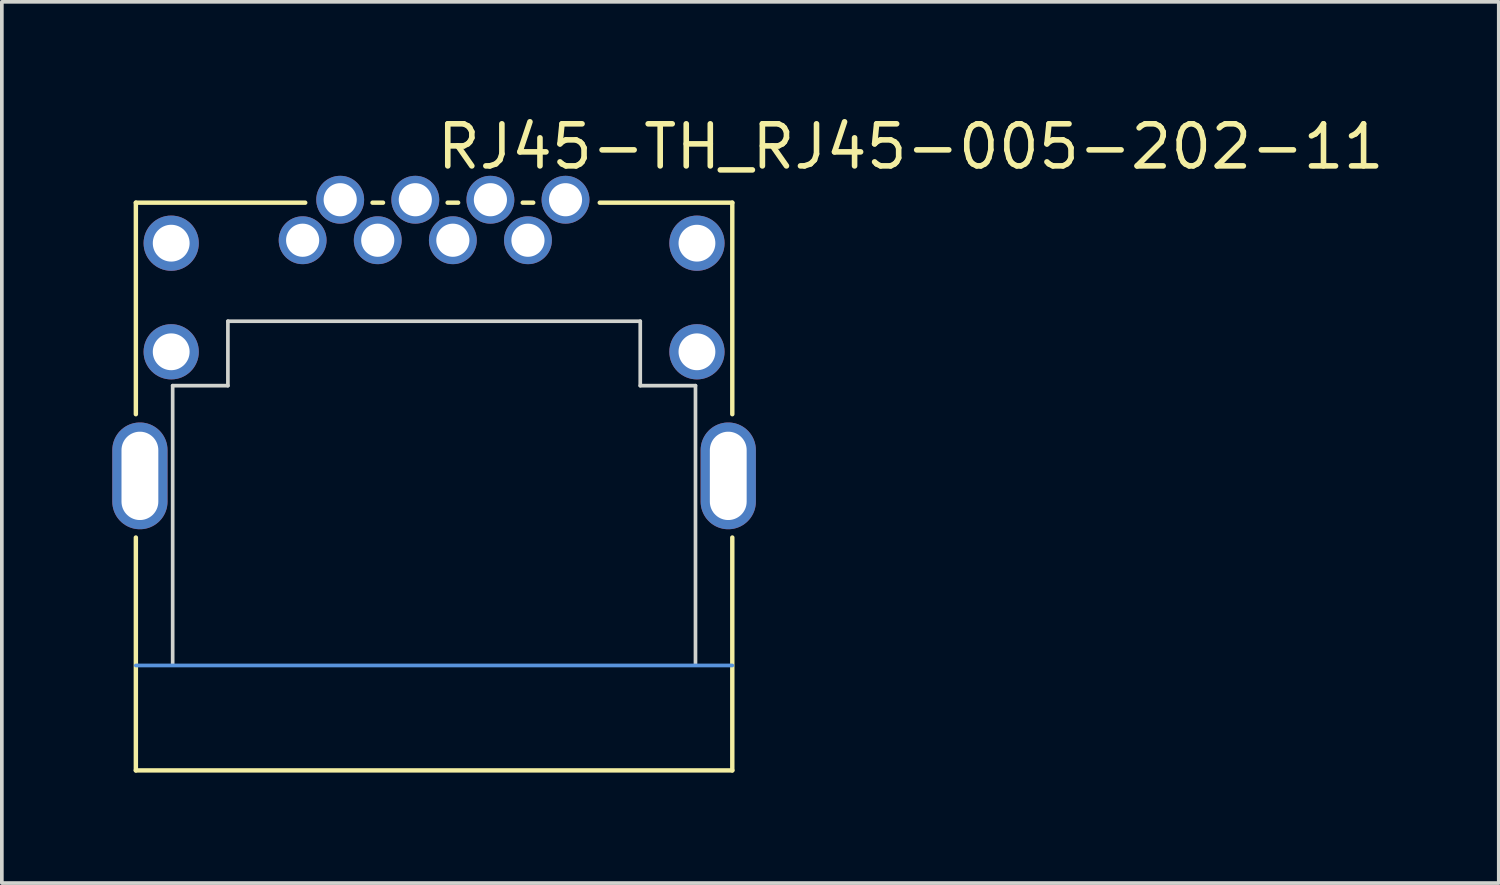
<source format=kicad_pcb>
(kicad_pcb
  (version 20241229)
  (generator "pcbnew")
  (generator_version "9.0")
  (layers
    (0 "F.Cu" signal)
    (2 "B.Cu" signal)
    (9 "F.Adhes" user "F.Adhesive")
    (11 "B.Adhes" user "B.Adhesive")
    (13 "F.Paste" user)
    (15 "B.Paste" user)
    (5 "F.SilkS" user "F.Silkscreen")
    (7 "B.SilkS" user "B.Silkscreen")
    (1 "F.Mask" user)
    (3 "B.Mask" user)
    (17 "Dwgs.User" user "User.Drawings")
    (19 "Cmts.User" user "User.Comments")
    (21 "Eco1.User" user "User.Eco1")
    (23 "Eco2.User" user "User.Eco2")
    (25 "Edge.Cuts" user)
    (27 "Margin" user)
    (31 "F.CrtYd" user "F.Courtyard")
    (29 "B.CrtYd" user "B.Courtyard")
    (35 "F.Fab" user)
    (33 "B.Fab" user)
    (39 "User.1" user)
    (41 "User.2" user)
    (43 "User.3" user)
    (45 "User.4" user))
  (footprint "RJ45-TH_RJ45-005-202-11"
    (layer "F.Cu")
    (at 8.74 6.125)
    (property "Reference" "RJ45-TH_RJ45-005-202-11" (at 0 -5.19 0) (layer "F.SilkS") (effects (font (size 1.143 1.143) (thickness 0.152)) (justify left)))
    (attr through_hole)
    (fp_line (start -8.1 -3.67) (end -3.5 -3.67) (stroke (width 0.12) (type solid)) (layer "F.SilkS"))
    (fp_line (start -8.1 2.075) (end -8.1 -3.67) (stroke (width 0.12) (type solid)) (layer "F.SilkS"))
    (fp_line (start -8.1 11.75) (end -8.1 5.425) (stroke (width 0.12) (type solid)) (layer "F.SilkS"))
    (fp_line (start -8.1 11.75) (end 8.1 11.75) (stroke (width 0.12) (type solid)) (layer "F.SilkS"))
    (fp_line (start -1.672 -3.67) (end -1.387 -3.67) (stroke (width 0.12) (type solid)) (layer "F.SilkS"))
    (fp_line (start 0.368 -3.67) (end 0.653 -3.67) (stroke (width 0.12) (type solid)) (layer "F.SilkS"))
    (fp_line (start 2.408 -3.67) (end 2.693 -3.67) (stroke (width 0.12) (type solid)) (layer "F.SilkS"))
    (fp_line (start 4.5 -3.67) (end 8.1 -3.67) (stroke (width 0.12) (type solid)) (layer "F.SilkS"))
    (fp_line (start 8.1 2.075) (end 8.1 -3.67) (stroke (width 0.12) (type solid)) (layer "F.SilkS"))
    (fp_line (start 8.1 11.75) (end 8.1 5.425) (stroke (width 0.12) (type solid)) (layer "F.SilkS"))
    (fp_line (start -8.1 8.9) (end 8.1 8.9) (stroke (width 0.1) (type default)) (layer "Cmts.User"))
    (fp_line (start -7.1 1.3) (end -7.1 8.85) (stroke (width 0.1) (type solid)) (layer "Edge.Cuts"))
    (fp_line (start -5.6 -0.45) (end -5.6 1.3) (stroke (width 0.1) (type solid)) (layer "Edge.Cuts"))
    (fp_line (start -5.6 -0.45) (end 5.6 -0.45) (stroke (width 0.1) (type solid)) (layer "Edge.Cuts"))
    (fp_line (start -5.6 1.3) (end -7.1 1.3) (stroke (width 0.1) (type solid)) (layer "Edge.Cuts"))
    (fp_line (start 5.6 -0.45) (end 5.6 1.3) (stroke (width 0.1) (type solid)) (layer "Edge.Cuts"))
    (fp_line (start 5.6 1.3) (end 7.1 1.3) (stroke (width 0.1) (type solid)) (layer "Edge.Cuts"))
    (fp_line (start 7.1 1.3) (end 7.1 8.85) (stroke (width 0.1) (type solid)) (layer "Edge.Cuts"))
    (pad "1" thru_hole circle (at 3.57 -3.75) (size 1.3 1.3) (drill 0.9) (layers "*.Cu" "*.Paste" "*.Mask"))
    (pad "2" thru_hole circle (at 2.55 -2.65) (size 1.3 1.3) (drill 0.9) (layers "*.Cu" "*.Paste" "*.Mask"))
    (pad "3" thru_hole circle (at 1.53 -3.75) (size 1.3 1.3) (drill 0.9) (layers "*.Cu" "*.Paste" "*.Mask"))
    (pad "4" thru_hole circle (at 0.51 -2.65) (size 1.3 1.3) (drill 0.9) (layers "*.Cu" "*.Paste" "*.Mask"))
    (pad "5" thru_hole circle (at -0.51 -3.75) (size 1.3 1.3) (drill 0.9) (layers "*.Cu" "*.Paste" "*.Mask"))
    (pad "6" thru_hole circle (at -1.53 -2.65) (size 1.3 1.3) (drill 0.9) (layers "*.Cu" "*.Paste" "*.Mask"))
    (pad "7" thru_hole circle (at -2.55 -3.75) (size 1.3 1.3) (drill 0.9) (layers "*.Cu" "*.Paste" "*.Mask"))
    (pad "8" thru_hole circle (at -3.57 -2.65) (size 1.3 1.3) (drill 0.9) (layers "*.Cu" "*.Paste" "*.Mask"))
    (pad "9" thru_hole circle (at -7.14 -2.57) (size 1.5 1.5) (drill 1) (layers "*.Cu" "*.Paste" "*.Mask"))
    (pad "10" thru_hole circle (at -7.14 0.38) (size 1.5 1.5) (drill 1) (layers "*.Cu" "*.Paste" "*.Mask"))
    (pad "11" thru_hole circle (at 7.14 -2.57) (size 1.5 1.5) (drill 1) (layers "*.Cu" "*.Paste" "*.Mask"))
    (pad "12" thru_hole circle (at 7.14 0.38) (size 1.5 1.5) (drill 1) (layers "*.Cu" "*.Paste" "*.Mask"))
    (pad "SH" thru_hole oval (at -7.99 3.75) (size 1.5 2.9) (drill oval 1 2.4) (layers "*.Cu" "*.Paste" "*.Mask"))
    (pad "SH" thru_hole oval (at 7.99 3.75) (size 1.5 2.9) (drill oval 1 2.4) (layers "*.Cu" "*.Paste" "*.Mask")))
  (gr_rect
    (start -3 -3)
    (end 37.658 20.935)
    (stroke (width 0.1) (type default))
    (fill no)
    (layer "Edge.Cuts")))
</source>
